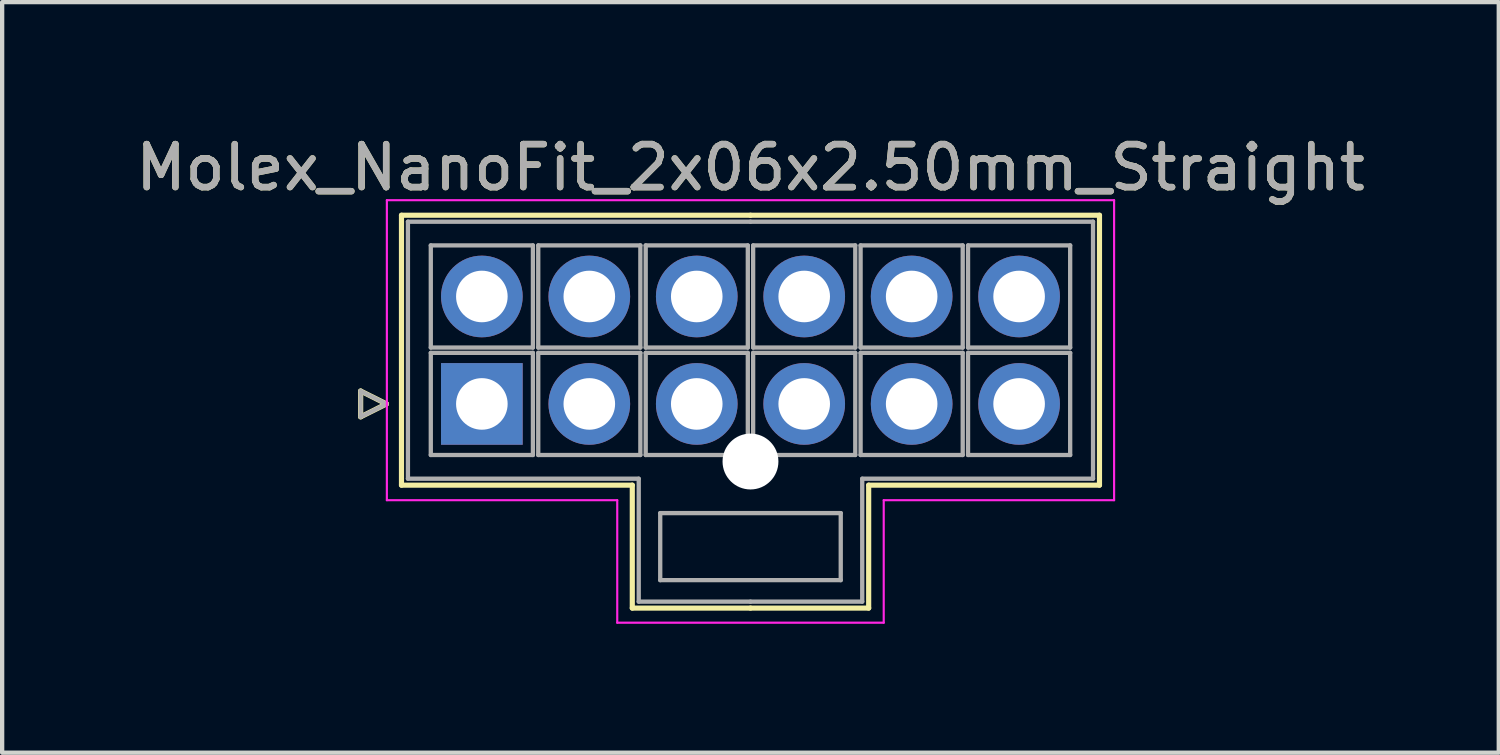
<source format=kicad_pcb>
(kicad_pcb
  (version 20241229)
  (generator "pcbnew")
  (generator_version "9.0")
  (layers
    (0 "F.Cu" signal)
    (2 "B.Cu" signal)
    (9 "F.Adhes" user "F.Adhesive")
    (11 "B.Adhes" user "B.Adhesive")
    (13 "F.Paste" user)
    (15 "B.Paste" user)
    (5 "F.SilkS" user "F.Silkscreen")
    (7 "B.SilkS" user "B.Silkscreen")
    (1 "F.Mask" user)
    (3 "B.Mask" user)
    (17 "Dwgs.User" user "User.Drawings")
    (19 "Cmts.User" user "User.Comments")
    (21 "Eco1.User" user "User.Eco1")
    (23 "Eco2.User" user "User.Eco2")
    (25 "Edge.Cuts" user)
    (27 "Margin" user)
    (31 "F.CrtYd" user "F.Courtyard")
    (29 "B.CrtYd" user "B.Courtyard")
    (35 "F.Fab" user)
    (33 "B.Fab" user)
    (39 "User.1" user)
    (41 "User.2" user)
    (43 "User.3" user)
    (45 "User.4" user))
  (footprint "Molex_NanoFit_2x06x2.50mm_Straight"
    (layer "F.Cu")
    (at 8.161 6.348)
    (property "Reference" "Molex_NanoFit_2x06x2.50mm_Straight" (at 6.25 -5.5 0) (layer "F.SilkS") (effects (font (size 1 1) (thickness 0.15))))
    (attr through_hole)
    (fp_line (start -2.82 -0.3) (end -2.22 0) (stroke (width 0.12) (type solid)) (layer "F.SilkS"))
    (fp_line (start -2.82 0.3) (end -2.82 -0.3) (stroke (width 0.12) (type solid)) (layer "F.SilkS"))
    (fp_line (start -2.22 0) (end -2.82 0.3) (stroke (width 0.12) (type solid)) (layer "F.SilkS"))
    (fp_line (start -1.87 -4.39) (end -1.87 1.89) (stroke (width 0.12) (type solid)) (layer "F.SilkS"))
    (fp_line (start -1.87 1.89) (end 3.5 1.89) (stroke (width 0.12) (type solid)) (layer "F.SilkS"))
    (fp_line (start 3.5 1.89) (end 3.5 4.75) (stroke (width 0.12) (type solid)) (layer "F.SilkS"))
    (fp_line (start 3.5 4.75) (end 6.25 4.75) (stroke (width 0.12) (type solid)) (layer "F.SilkS"))
    (fp_line (start 6.25 -4.39) (end -1.87 -4.39) (stroke (width 0.12) (type solid)) (layer "F.SilkS"))
    (fp_line (start 6.25 -4.39) (end 14.37 -4.39) (stroke (width 0.12) (type solid)) (layer "F.SilkS"))
    (fp_line (start 9 1.89) (end 9 4.75) (stroke (width 0.12) (type solid)) (layer "F.SilkS"))
    (fp_line (start 9 4.75) (end 6.25 4.75) (stroke (width 0.12) (type solid)) (layer "F.SilkS"))
    (fp_line (start 14.37 -4.39) (end 14.37 1.89) (stroke (width 0.12) (type solid)) (layer "F.SilkS"))
    (fp_line (start 14.37 1.89) (end 9 1.89) (stroke (width 0.12) (type solid)) (layer "F.SilkS"))
    (fp_line (start -2.21 -4.74) (end -2.21 2.24) (stroke (width 0.05) (type solid)) (layer "F.CrtYd"))
    (fp_line (start -2.21 2.24) (end 3.15 2.24) (stroke (width 0.05) (type solid)) (layer "F.CrtYd"))
    (fp_line (start 3.15 2.24) (end 3.15 5.09) (stroke (width 0.05) (type solid)) (layer "F.CrtYd"))
    (fp_line (start 3.15 5.09) (end 9.35 5.09) (stroke (width 0.05) (type solid)) (layer "F.CrtYd"))
    (fp_line (start 9.35 2.24) (end 14.71 2.24) (stroke (width 0.05) (type solid)) (layer "F.CrtYd"))
    (fp_line (start 9.35 5.09) (end 9.35 2.24) (stroke (width 0.05) (type solid)) (layer "F.CrtYd"))
    (fp_line (start 14.71 -4.74) (end -2.21 -4.74) (stroke (width 0.05) (type solid)) (layer "F.CrtYd"))
    (fp_line (start 14.71 2.24) (end 14.71 -4.74) (stroke (width 0.05) (type solid)) (layer "F.CrtYd"))
    (fp_line (start -2.82 -0.3) (end -2.22 0) (stroke (width 0.1) (type solid)) (layer "F.Fab"))
    (fp_line (start -2.82 0.3) (end -2.82 -0.3) (stroke (width 0.1) (type solid)) (layer "F.Fab"))
    (fp_line (start -2.22 0) (end -2.82 0.3) (stroke (width 0.1) (type solid)) (layer "F.Fab"))
    (fp_line (start -1.72 -4.24) (end -1.72 1.74) (stroke (width 0.1) (type solid)) (layer "F.Fab"))
    (fp_line (start -1.72 1.74) (end 3.65 1.74) (stroke (width 0.1) (type solid)) (layer "F.Fab"))
    (fp_line (start -1.188 -3.688) (end -1.188 -1.312) (stroke (width 0.1) (type solid)) (layer "F.Fab"))
    (fp_line (start -1.188 -1.312) (end 1.188 -1.312) (stroke (width 0.1) (type solid)) (layer "F.Fab"))
    (fp_line (start -1.188 -1.188) (end -1.188 1.188) (stroke (width 0.1) (type solid)) (layer "F.Fab"))
    (fp_line (start -1.188 1.188) (end 1.188 1.188) (stroke (width 0.1) (type solid)) (layer "F.Fab"))
    (fp_line (start 1.188 -3.688) (end -1.188 -3.688) (stroke (width 0.1) (type solid)) (layer "F.Fab"))
    (fp_line (start 1.188 -1.312) (end 1.188 -3.688) (stroke (width 0.1) (type solid)) (layer "F.Fab"))
    (fp_line (start 1.188 -1.188) (end -1.188 -1.188) (stroke (width 0.1) (type solid)) (layer "F.Fab"))
    (fp_line (start 1.188 1.188) (end 1.188 -1.188) (stroke (width 0.1) (type solid)) (layer "F.Fab"))
    (fp_line (start 1.312 -3.688) (end 1.312 -1.312) (stroke (width 0.1) (type solid)) (layer "F.Fab"))
    (fp_line (start 1.312 -1.312) (end 3.688 -1.312) (stroke (width 0.1) (type solid)) (layer "F.Fab"))
    (fp_line (start 1.312 -1.188) (end 1.312 1.188) (stroke (width 0.1) (type solid)) (layer "F.Fab"))
    (fp_line (start 1.312 1.188) (end 3.688 1.188) (stroke (width 0.1) (type solid)) (layer "F.Fab"))
    (fp_line (start 3.65 1.74) (end 3.65 4.6) (stroke (width 0.1) (type solid)) (layer "F.Fab"))
    (fp_line (start 3.65 4.6) (end 6.25 4.6) (stroke (width 0.1) (type solid)) (layer "F.Fab"))
    (fp_line (start 3.688 -3.688) (end 1.312 -3.688) (stroke (width 0.1) (type solid)) (layer "F.Fab"))
    (fp_line (start 3.688 -1.312) (end 3.688 -3.688) (stroke (width 0.1) (type solid)) (layer "F.Fab"))
    (fp_line (start 3.688 -1.188) (end 1.312 -1.188) (stroke (width 0.1) (type solid)) (layer "F.Fab"))
    (fp_line (start 3.688 1.188) (end 3.688 -1.188) (stroke (width 0.1) (type solid)) (layer "F.Fab"))
    (fp_line (start 3.812 -3.688) (end 3.812 -1.312) (stroke (width 0.1) (type solid)) (layer "F.Fab"))
    (fp_line (start 3.812 -1.312) (end 6.188 -1.312) (stroke (width 0.1) (type solid)) (layer "F.Fab"))
    (fp_line (start 3.812 -1.188) (end 3.812 1.188) (stroke (width 0.1) (type solid)) (layer "F.Fab"))
    (fp_line (start 3.812 1.188) (end 6.188 1.188) (stroke (width 0.1) (type solid)) (layer "F.Fab"))
    (fp_line (start 4.15 2.54) (end 4.15 4.1) (stroke (width 0.1) (type solid)) (layer "F.Fab"))
    (fp_line (start 4.15 4.1) (end 8.35 4.1) (stroke (width 0.1) (type solid)) (layer "F.Fab"))
    (fp_line (start 6.188 -3.688) (end 3.812 -3.688) (stroke (width 0.1) (type solid)) (layer "F.Fab"))
    (fp_line (start 6.188 -1.312) (end 6.188 -3.688) (stroke (width 0.1) (type solid)) (layer "F.Fab"))
    (fp_line (start 6.188 -1.188) (end 3.812 -1.188) (stroke (width 0.1) (type solid)) (layer "F.Fab"))
    (fp_line (start 6.188 1.188) (end 6.188 -1.188) (stroke (width 0.1) (type solid)) (layer "F.Fab"))
    (fp_line (start 6.25 -4.24) (end -1.72 -4.24) (stroke (width 0.1) (type solid)) (layer "F.Fab"))
    (fp_line (start 6.25 -4.24) (end 14.22 -4.24) (stroke (width 0.1) (type solid)) (layer "F.Fab"))
    (fp_line (start 6.312 -3.688) (end 6.312 -1.312) (stroke (width 0.1) (type solid)) (layer "F.Fab"))
    (fp_line (start 6.312 -1.312) (end 8.688 -1.312) (stroke (width 0.1) (type solid)) (layer "F.Fab"))
    (fp_line (start 6.312 -1.188) (end 6.312 1.188) (stroke (width 0.1) (type solid)) (layer "F.Fab"))
    (fp_line (start 6.312 1.188) (end 8.688 1.188) (stroke (width 0.1) (type solid)) (layer "F.Fab"))
    (fp_line (start 8.35 2.54) (end 4.15 2.54) (stroke (width 0.1) (type solid)) (layer "F.Fab"))
    (fp_line (start 8.35 4.1) (end 8.35 2.54) (stroke (width 0.1) (type solid)) (layer "F.Fab"))
    (fp_line (start 8.688 -3.688) (end 6.312 -3.688) (stroke (width 0.1) (type solid)) (layer "F.Fab"))
    (fp_line (start 8.688 -1.312) (end 8.688 -3.688) (stroke (width 0.1) (type solid)) (layer "F.Fab"))
    (fp_line (start 8.688 -1.188) (end 6.312 -1.188) (stroke (width 0.1) (type solid)) (layer "F.Fab"))
    (fp_line (start 8.688 1.188) (end 8.688 -1.188) (stroke (width 0.1) (type solid)) (layer "F.Fab"))
    (fp_line (start 8.812 -3.688) (end 8.812 -1.312) (stroke (width 0.1) (type solid)) (layer "F.Fab"))
    (fp_line (start 8.812 -1.312) (end 11.188 -1.312) (stroke (width 0.1) (type solid)) (layer "F.Fab"))
    (fp_line (start 8.812 -1.188) (end 8.812 1.188) (stroke (width 0.1) (type solid)) (layer "F.Fab"))
    (fp_line (start 8.812 1.188) (end 11.188 1.188) (stroke (width 0.1) (type solid)) (layer "F.Fab"))
    (fp_line (start 8.85 1.74) (end 8.85 4.6) (stroke (width 0.1) (type solid)) (layer "F.Fab"))
    (fp_line (start 8.85 4.6) (end 6.25 4.6) (stroke (width 0.1) (type solid)) (layer "F.Fab"))
    (fp_line (start 11.188 -3.688) (end 8.812 -3.688) (stroke (width 0.1) (type solid)) (layer "F.Fab"))
    (fp_line (start 11.188 -1.312) (end 11.188 -3.688) (stroke (width 0.1) (type solid)) (layer "F.Fab"))
    (fp_line (start 11.188 -1.188) (end 8.812 -1.188) (stroke (width 0.1) (type solid)) (layer "F.Fab"))
    (fp_line (start 11.188 1.188) (end 11.188 -1.188) (stroke (width 0.1) (type solid)) (layer "F.Fab"))
    (fp_line (start 11.312 -3.688) (end 11.312 -1.312) (stroke (width 0.1) (type solid)) (layer "F.Fab"))
    (fp_line (start 11.312 -1.312) (end 13.688 -1.312) (stroke (width 0.1) (type solid)) (layer "F.Fab"))
    (fp_line (start 11.312 -1.188) (end 11.312 1.188) (stroke (width 0.1) (type solid)) (layer "F.Fab"))
    (fp_line (start 11.312 1.188) (end 13.688 1.188) (stroke (width 0.1) (type solid)) (layer "F.Fab"))
    (fp_line (start 13.688 -3.688) (end 11.312 -3.688) (stroke (width 0.1) (type solid)) (layer "F.Fab"))
    (fp_line (start 13.688 -1.312) (end 13.688 -3.688) (stroke (width 0.1) (type solid)) (layer "F.Fab"))
    (fp_line (start 13.688 -1.188) (end 11.312 -1.188) (stroke (width 0.1) (type solid)) (layer "F.Fab"))
    (fp_line (start 13.688 1.188) (end 13.688 -1.188) (stroke (width 0.1) (type solid)) (layer "F.Fab"))
    (fp_line (start 14.22 -4.24) (end 14.22 1.74) (stroke (width 0.1) (type solid)) (layer "F.Fab"))
    (fp_line (start 14.22 1.74) (end 8.85 1.74) (stroke (width 0.1) (type solid)) (layer "F.Fab"))
    (fp_text user "${REFERENCE}" (at 6.25 -5.5 0) (layer "F.Fab") (effects (font (size 1 1) (thickness 0.15))))
    (pad "" np_thru_hole circle (at 6.25 1.34) (size 1.3 1.3) (drill 1.3) (layers "*.Cu" "*.Mask"))
    (pad "1" thru_hole rect (at 0 0) (size 1.9 1.9) (drill 1.2) (layers "*.Cu" "*.Mask"))
    (pad "2" thru_hole circle (at 2.5 0) (size 1.9 1.9) (drill 1.2) (layers "*.Cu" "*.Mask"))
    (pad "3" thru_hole circle (at 5 0) (size 1.9 1.9) (drill 1.2) (layers "*.Cu" "*.Mask"))
    (pad "4" thru_hole circle (at 7.5 0) (size 1.9 1.9) (drill 1.2) (layers "*.Cu" "*.Mask"))
    (pad "5" thru_hole circle (at 10 0) (size 1.9 1.9) (drill 1.2) (layers "*.Cu" "*.Mask"))
    (pad "6" thru_hole circle (at 12.5 0) (size 1.9 1.9) (drill 1.2) (layers "*.Cu" "*.Mask"))
    (pad "7" thru_hole circle (at 0 -2.5) (size 1.9 1.9) (drill 1.2) (layers "*.Cu" "*.Mask"))
    (pad "8" thru_hole circle (at 2.5 -2.5) (size 1.9 1.9) (drill 1.2) (layers "*.Cu" "*.Mask"))
    (pad "9" thru_hole circle (at 5 -2.5) (size 1.9 1.9) (drill 1.2) (layers "*.Cu" "*.Mask"))
    (pad "10" thru_hole circle (at 7.5 -2.5) (size 1.9 1.9) (drill 1.2) (layers "*.Cu" "*.Mask"))
    (pad "11" thru_hole circle (at 10 -2.5) (size 1.9 1.9) (drill 1.2) (layers "*.Cu" "*.Mask"))
    (pad "12" thru_hole circle (at 12.5 -2.5) (size 1.9 1.9) (drill 1.2) (layers "*.Cu" "*.Mask")))
  (gr_rect
    (start -3 -3)
    (end 31.821 14.463)
    (stroke (width 0.1) (type default))
    (fill no)
    (layer "Edge.Cuts")))
</source>
